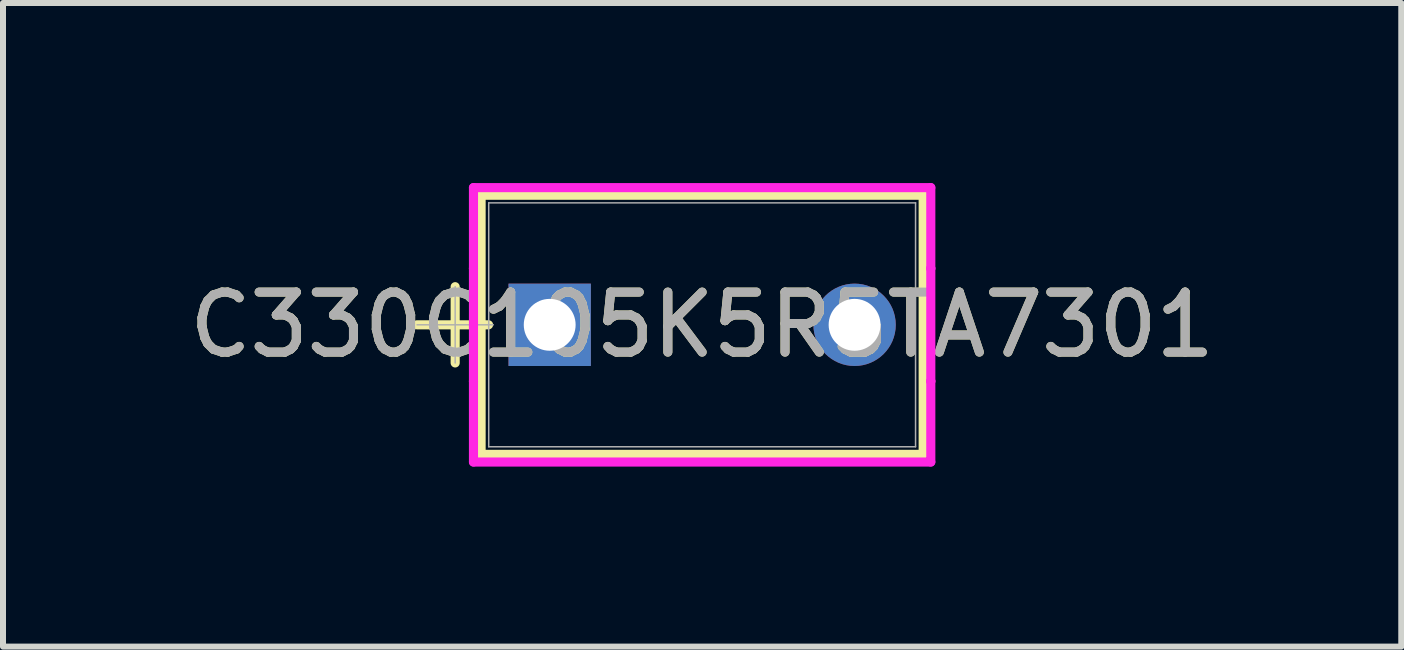
<source format=kicad_pcb>
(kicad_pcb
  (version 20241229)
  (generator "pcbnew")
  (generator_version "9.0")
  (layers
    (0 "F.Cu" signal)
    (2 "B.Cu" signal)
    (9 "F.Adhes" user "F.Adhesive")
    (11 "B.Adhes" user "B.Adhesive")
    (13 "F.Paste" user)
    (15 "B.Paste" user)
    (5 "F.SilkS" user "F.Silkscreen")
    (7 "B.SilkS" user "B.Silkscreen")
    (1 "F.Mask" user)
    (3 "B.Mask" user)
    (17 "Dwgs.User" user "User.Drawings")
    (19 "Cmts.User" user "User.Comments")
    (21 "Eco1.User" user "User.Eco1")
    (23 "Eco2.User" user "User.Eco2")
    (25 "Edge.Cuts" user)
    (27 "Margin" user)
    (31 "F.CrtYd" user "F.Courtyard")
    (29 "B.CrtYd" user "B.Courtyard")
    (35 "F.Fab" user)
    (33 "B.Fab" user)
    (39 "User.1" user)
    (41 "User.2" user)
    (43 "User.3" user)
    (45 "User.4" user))
  (footprint "C330C105K5R5TA7301"
    (layer "F.Cu")
    (at 6.109 2.362)
    (property "Reference" "C330C105K5R5TA7301" (at 2.54 0 0) (unlocked yes) (layer "F.SilkS") (effects (font (size 1 1) (thickness 0.15))))
    (attr through_hole)
    (fp_line (start -2.21 0) (end -1.019 0) (stroke (width 0.152) (type solid)) (layer "F.SilkS"))
    (fp_line (start -1.575 -0.635) (end -1.575 0.635) (stroke (width 0.152) (type solid)) (layer "F.SilkS"))
    (fp_line (start -1.143 -2.159) (end -1.143 2.159) (stroke (width 0.152) (type solid)) (layer "F.SilkS"))
    (fp_line (start -1.143 2.159) (end 6.223 2.159) (stroke (width 0.152) (type solid)) (layer "F.SilkS"))
    (fp_line (start 6.223 -2.159) (end -1.143 -2.159) (stroke (width 0.152) (type solid)) (layer "F.SilkS"))
    (fp_line (start 6.223 2.159) (end 6.223 -2.159) (stroke (width 0.152) (type solid)) (layer "F.SilkS"))
    (fp_line (start -1.27 -2.286) (end 6.35 -2.286) (stroke (width 0.152) (type solid)) (layer "F.CrtYd"))
    (fp_line (start -1.27 -0.94) (end -1.27 -2.286) (stroke (width 0.152) (type solid)) (layer "F.CrtYd"))
    (fp_line (start -1.27 -0.94) (end -1.27 -0.94) (stroke (width 0.152) (type solid)) (layer "F.CrtYd"))
    (fp_line (start -1.27 0.94) (end -1.27 -0.94) (stroke (width 0.152) (type solid)) (layer "F.CrtYd"))
    (fp_line (start -1.27 0.94) (end -1.27 0.94) (stroke (width 0.152) (type solid)) (layer "F.CrtYd"))
    (fp_line (start -1.27 2.286) (end -1.27 0.94) (stroke (width 0.152) (type solid)) (layer "F.CrtYd"))
    (fp_line (start 6.35 -2.286) (end 6.35 -0.94) (stroke (width 0.152) (type solid)) (layer "F.CrtYd"))
    (fp_line (start 6.35 -0.94) (end 6.35 -0.94) (stroke (width 0.152) (type solid)) (layer "F.CrtYd"))
    (fp_line (start 6.35 -0.94) (end 6.35 0.94) (stroke (width 0.152) (type solid)) (layer "F.CrtYd"))
    (fp_line (start 6.35 0.94) (end 6.35 0.94) (stroke (width 0.152) (type solid)) (layer "F.CrtYd"))
    (fp_line (start 6.35 0.94) (end 6.35 2.286) (stroke (width 0.152) (type solid)) (layer "F.CrtYd"))
    (fp_line (start 6.35 2.286) (end -1.27 2.286) (stroke (width 0.152) (type solid)) (layer "F.CrtYd"))
    (fp_line (start -2.21 0) (end -0.94 0) (stroke (width 0.025) (type solid)) (layer "F.Fab"))
    (fp_line (start -1.575 -0.635) (end -1.575 0.635) (stroke (width 0.025) (type solid)) (layer "F.Fab"))
    (fp_line (start -1.016 -2.032) (end -1.016 2.032) (stroke (width 0.025) (type solid)) (layer "F.Fab"))
    (fp_line (start -1.016 2.032) (end 6.096 2.032) (stroke (width 0.025) (type solid)) (layer "F.Fab"))
    (fp_line (start 6.096 -2.032) (end -1.016 -2.032) (stroke (width 0.025) (type solid)) (layer "F.Fab"))
    (fp_line (start 6.096 2.032) (end 6.096 -2.032) (stroke (width 0.025) (type solid)) (layer "F.Fab"))
    (fp_text user "${REFERENCE}" (at 2.54 0 0) (unlocked yes) (layer "F.Fab") (effects (font (size 1 1) (thickness 0.15))))
    (pad "1" thru_hole rect (at 0 0) (size 1.372 1.372) (drill 0.864) (layers "*.Cu" "*.Mask"))
    (pad "2" thru_hole circle (at 5.08 0) (size 1.372 1.372) (drill 0.864) (layers "*.Cu" "*.Mask")))
  (gr_rect
    (start -3 -3)
    (end 20.298 7.724)
    (stroke (width 0.1) (type default))
    (fill no)
    (layer "Edge.Cuts")))
</source>
